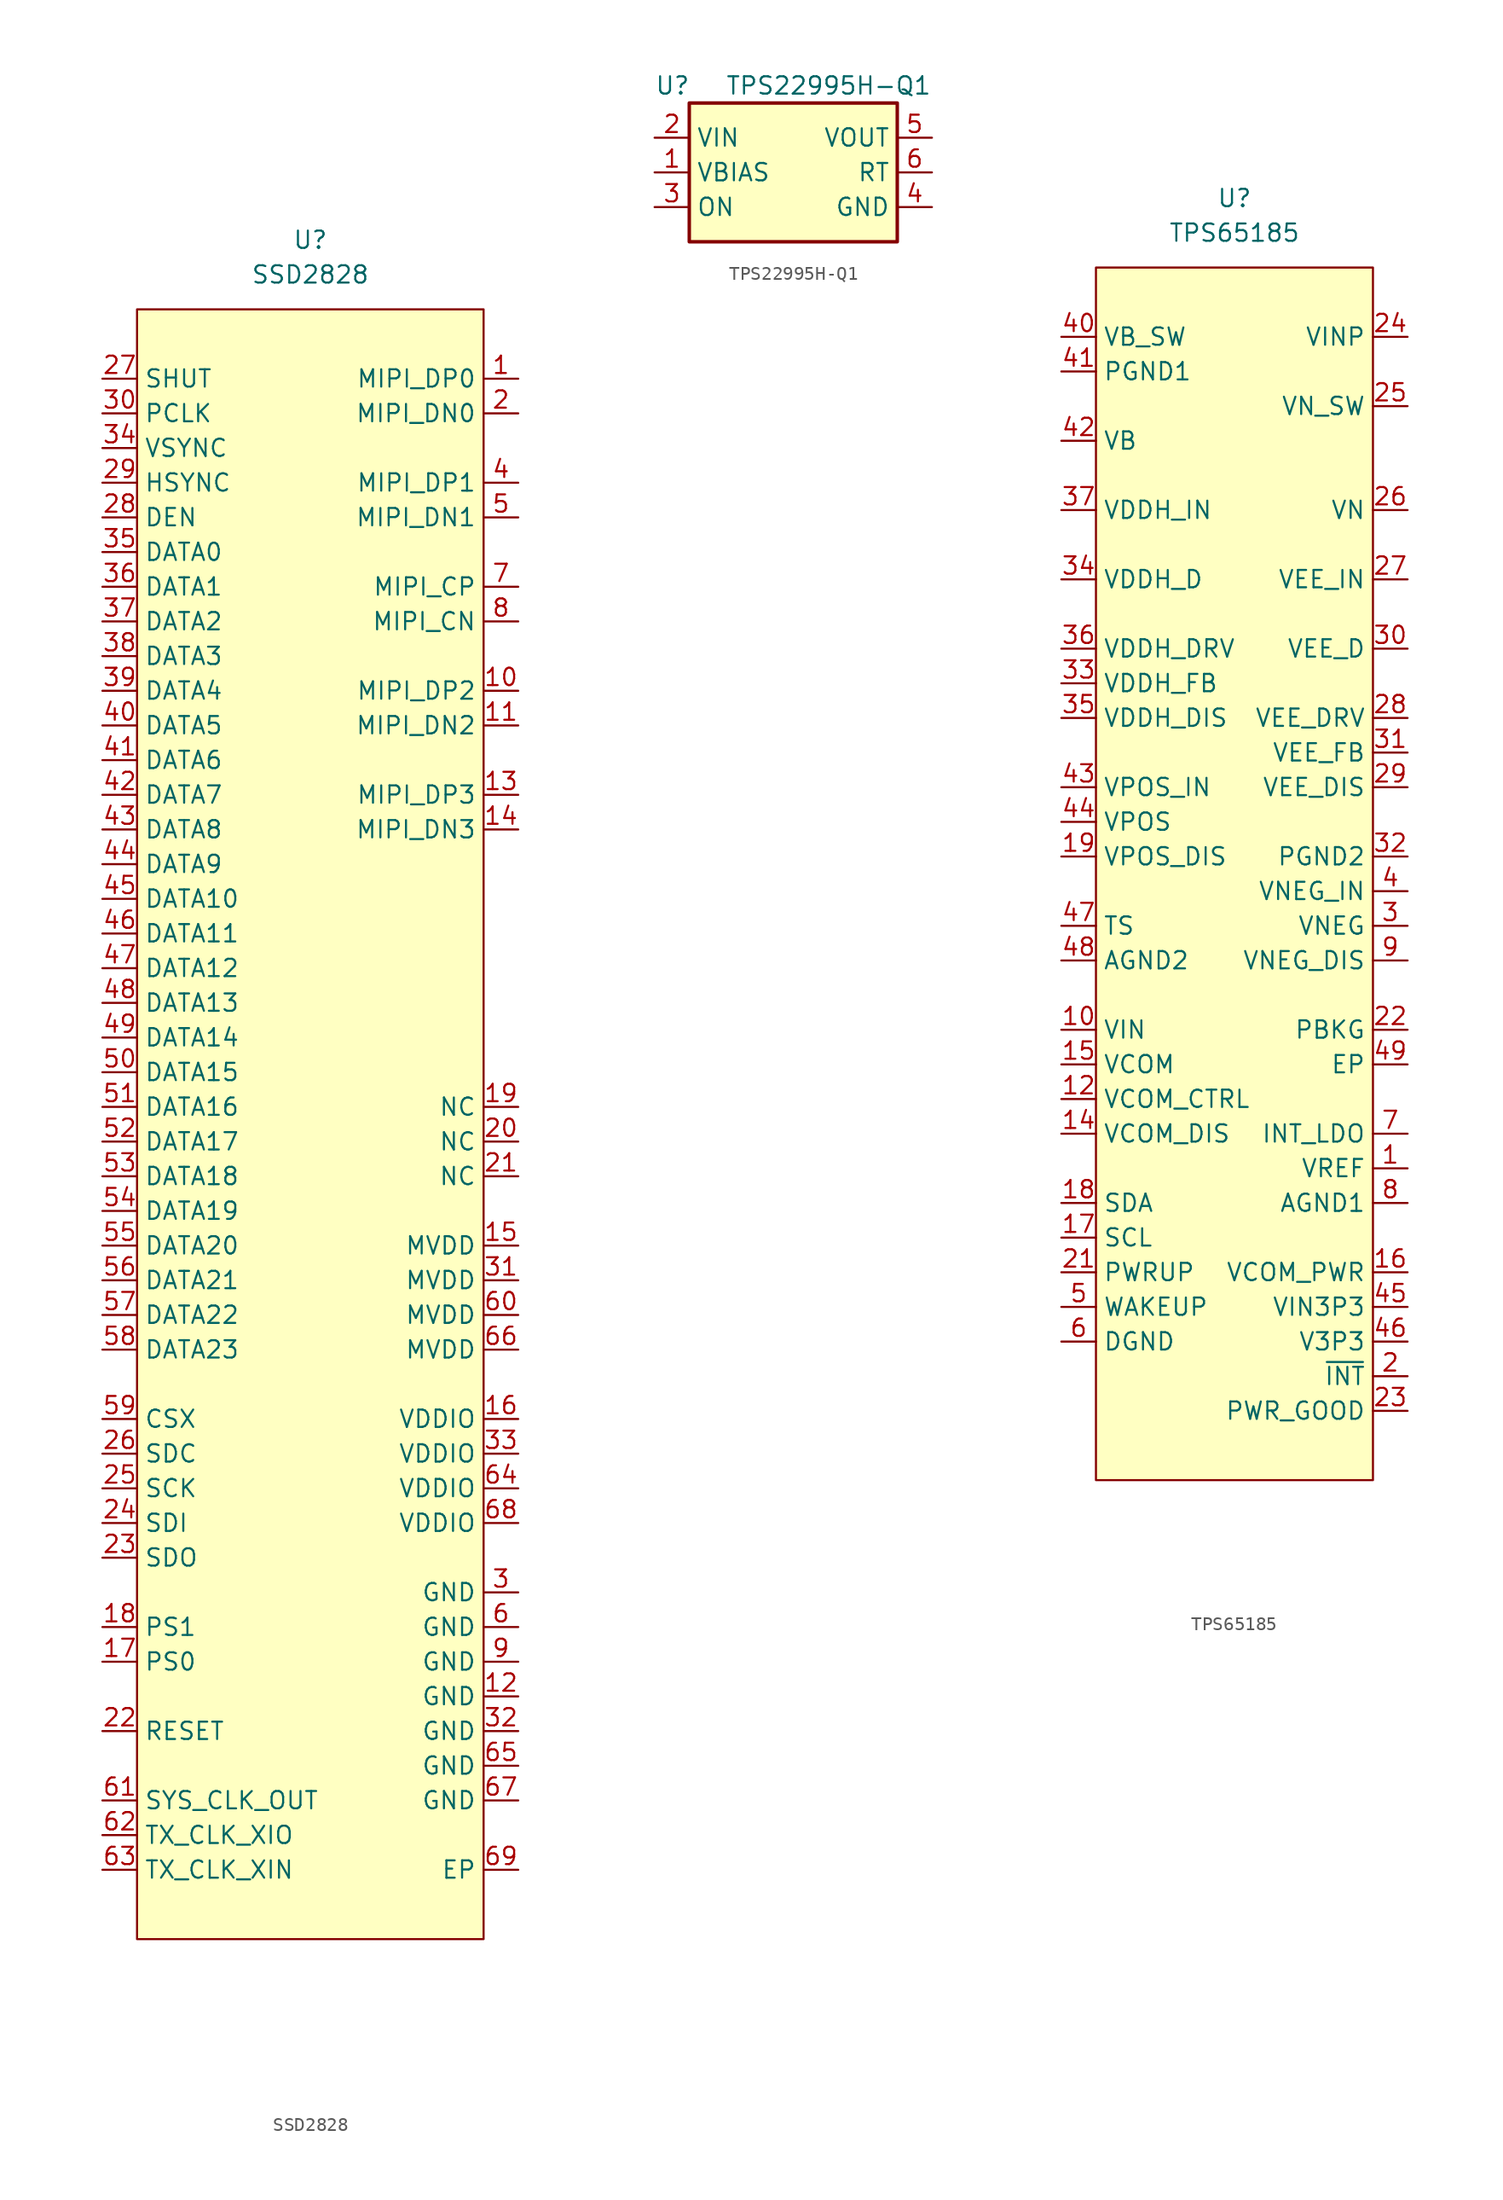
<source format=kicad_sym>
(kicad_symbol_lib
  (version 20220914)
  (generator kicad_symbol_editor)
  (symbol "SSD2828"
    (property "Reference" "U"
      (at 0 0 0)
      (effects (font (size 1.27 1.27))))
    (property "Value" "SSD2828"
      (at 0 -2.54 0)
      (effects (font (size 1.27 1.27))))
    (symbol "SSD2828_0_1"
      (rectangle (start -12.7 -5.08) (end 12.7 -124.46) (stroke (width 0.152) (type default)) (fill (type background))))
    (symbol "SSD2828_1_1"
      (pin input line (at 15.24 -10.16 180) (length 2.54) (name "MIPI_DP0" (effects (font (size 1.27 1.27)))) (number "1" (effects (font (size 1.27 1.27)))))
      (pin input line (at 15.24 -33.02 180) (length 2.54) (name "MIPI_DP2" (effects (font (size 1.27 1.27)))) (number "10" (effects (font (size 1.27 1.27)))))
      (pin input line (at 15.24 -35.56 180) (length 2.54) (name "MIPI_DN2" (effects (font (size 1.27 1.27)))) (number "11" (effects (font (size 1.27 1.27)))))
      (pin input line (at 15.24 -106.68 180) (length 2.54) (name "GND" (effects (font (size 1.27 1.27)))) (number "12" (effects (font (size 1.27 1.27)))))
      (pin input line (at 15.24 -40.64 180) (length 2.54) (name "MIPI_DP3" (effects (font (size 1.27 1.27)))) (number "13" (effects (font (size 1.27 1.27)))))
      (pin input line (at 15.24 -43.18 180) (length 2.54) (name "MIPI_DN3" (effects (font (size 1.27 1.27)))) (number "14" (effects (font (size 1.27 1.27)))))
      (pin input line (at 15.24 -73.66 180) (length 2.54) (name "MVDD" (effects (font (size 1.27 1.27)))) (number "15" (effects (font (size 1.27 1.27)))))
      (pin input line (at 15.24 -86.36 180) (length 2.54) (name "VDDIO" (effects (font (size 1.27 1.27)))) (number "16" (effects (font (size 1.27 1.27)))))
      (pin input line (at -15.24 -104.14 0) (length 2.54) (name "PS0" (effects (font (size 1.27 1.27)))) (number "17" (effects (font (size 1.27 1.27)))))
      (pin input line (at -15.24 -101.6 0) (length 2.54) (name "PS1" (effects (font (size 1.27 1.27)))) (number "18" (effects (font (size 1.27 1.27)))))
      (pin input line (at 15.24 -63.5 180) (length 2.54) (name "NC" (effects (font (size 1.27 1.27)))) (number "19" (effects (font (size 1.27 1.27)))))
      (pin input line (at 15.24 -12.7 180) (length 2.54) (name "MIPI_DN0" (effects (font (size 1.27 1.27)))) (number "2" (effects (font (size 1.27 1.27)))))
      (pin input line (at 15.24 -66.04 180) (length 2.54) (name "NC" (effects (font (size 1.27 1.27)))) (number "20" (effects (font (size 1.27 1.27)))))
      (pin input line (at 15.24 -68.58 180) (length 2.54) (name "NC" (effects (font (size 1.27 1.27)))) (number "21" (effects (font (size 1.27 1.27)))))
      (pin input line (at -15.24 -109.22 0) (length 2.54) (name "RESET" (effects (font (size 1.27 1.27)))) (number "22" (effects (font (size 1.27 1.27)))))
      (pin input line (at -15.24 -96.52 0) (length 2.54) (name "SDO" (effects (font (size 1.27 1.27)))) (number "23" (effects (font (size 1.27 1.27)))))
      (pin input line (at -15.24 -93.98 0) (length 2.54) (name "SDI" (effects (font (size 1.27 1.27)))) (number "24" (effects (font (size 1.27 1.27)))))
      (pin input line (at -15.24 -91.44 0) (length 2.54) (name "SCK" (effects (font (size 1.27 1.27)))) (number "25" (effects (font (size 1.27 1.27)))))
      (pin input line (at -15.24 -88.9 0) (length 2.54) (name "SDC" (effects (font (size 1.27 1.27)))) (number "26" (effects (font (size 1.27 1.27)))))
      (pin input line (at -15.24 -10.16 0) (length 2.54) (name "SHUT" (effects (font (size 1.27 1.27)))) (number "27" (effects (font (size 1.27 1.27)))))
      (pin input line (at -15.24 -20.32 0) (length 2.54) (name "DEN" (effects (font (size 1.27 1.27)))) (number "28" (effects (font (size 1.27 1.27)))))
      (pin input line (at -15.24 -17.78 0) (length 2.54) (name "HSYNC" (effects (font (size 1.27 1.27)))) (number "29" (effects (font (size 1.27 1.27)))))
      (pin input line (at 15.24 -99.06 180) (length 2.54) (name "GND" (effects (font (size 1.27 1.27)))) (number "3" (effects (font (size 1.27 1.27)))))
      (pin input line (at -15.24 -12.7 0) (length 2.54) (name "PCLK" (effects (font (size 1.27 1.27)))) (number "30" (effects (font (size 1.27 1.27)))))
      (pin input line (at 15.24 -76.2 180) (length 2.54) (name "MVDD" (effects (font (size 1.27 1.27)))) (number "31" (effects (font (size 1.27 1.27)))))
      (pin input line (at 15.24 -109.22 180) (length 2.54) (name "GND" (effects (font (size 1.27 1.27)))) (number "32" (effects (font (size 1.27 1.27)))))
      (pin input line (at 15.24 -88.9 180) (length 2.54) (name "VDDIO" (effects (font (size 1.27 1.27)))) (number "33" (effects (font (size 1.27 1.27)))))
      (pin input line (at -15.24 -15.24 0) (length 2.54) (name "VSYNC" (effects (font (size 1.27 1.27)))) (number "34" (effects (font (size 1.27 1.27)))))
      (pin input line (at -15.24 -22.86 0) (length 2.54) (name "DATA0" (effects (font (size 1.27 1.27)))) (number "35" (effects (font (size 1.27 1.27)))))
      (pin input line (at -15.24 -25.4 0) (length 2.54) (name "DATA1" (effects (font (size 1.27 1.27)))) (number "36" (effects (font (size 1.27 1.27)))))
      (pin input line (at -15.24 -27.94 0) (length 2.54) (name "DATA2" (effects (font (size 1.27 1.27)))) (number "37" (effects (font (size 1.27 1.27)))))
      (pin input line (at -15.24 -30.48 0) (length 2.54) (name "DATA3" (effects (font (size 1.27 1.27)))) (number "38" (effects (font (size 1.27 1.27)))))
      (pin input line (at -15.24 -33.02 0) (length 2.54) (name "DATA4" (effects (font (size 1.27 1.27)))) (number "39" (effects (font (size 1.27 1.27)))))
      (pin input line (at 15.24 -17.78 180) (length 2.54) (name "MIPI_DP1" (effects (font (size 1.27 1.27)))) (number "4" (effects (font (size 1.27 1.27)))))
      (pin input line (at -15.24 -35.56 0) (length 2.54) (name "DATA5" (effects (font (size 1.27 1.27)))) (number "40" (effects (font (size 1.27 1.27)))))
      (pin input line (at -15.24 -38.1 0) (length 2.54) (name "DATA6" (effects (font (size 1.27 1.27)))) (number "41" (effects (font (size 1.27 1.27)))))
      (pin input line (at -15.24 -40.64 0) (length 2.54) (name "DATA7" (effects (font (size 1.27 1.27)))) (number "42" (effects (font (size 1.27 1.27)))))
      (pin input line (at -15.24 -43.18 0) (length 2.54) (name "DATA8" (effects (font (size 1.27 1.27)))) (number "43" (effects (font (size 1.27 1.27)))))
      (pin input line (at -15.24 -45.72 0) (length 2.54) (name "DATA9" (effects (font (size 1.27 1.27)))) (number "44" (effects (font (size 1.27 1.27)))))
      (pin input line (at -15.24 -48.26 0) (length 2.54) (name "DATA10" (effects (font (size 1.27 1.27)))) (number "45" (effects (font (size 1.27 1.27)))))
      (pin input line (at -15.24 -50.8 0) (length 2.54) (name "DATA11" (effects (font (size 1.27 1.27)))) (number "46" (effects (font (size 1.27 1.27)))))
      (pin input line (at -15.24 -53.34 0) (length 2.54) (name "DATA12" (effects (font (size 1.27 1.27)))) (number "47" (effects (font (size 1.27 1.27)))))
      (pin input line (at -15.24 -55.88 0) (length 2.54) (name "DATA13" (effects (font (size 1.27 1.27)))) (number "48" (effects (font (size 1.27 1.27)))))
      (pin input line (at -15.24 -58.42 0) (length 2.54) (name "DATA14" (effects (font (size 1.27 1.27)))) (number "49" (effects (font (size 1.27 1.27)))))
      (pin input line (at 15.24 -20.32 180) (length 2.54) (name "MIPI_DN1" (effects (font (size 1.27 1.27)))) (number "5" (effects (font (size 1.27 1.27)))))
      (pin input line (at -15.24 -60.96 0) (length 2.54) (name "DATA15" (effects (font (size 1.27 1.27)))) (number "50" (effects (font (size 1.27 1.27)))))
      (pin input line (at -15.24 -63.5 0) (length 2.54) (name "DATA16" (effects (font (size 1.27 1.27)))) (number "51" (effects (font (size 1.27 1.27)))))
      (pin input line (at -15.24 -66.04 0) (length 2.54) (name "DATA17" (effects (font (size 1.27 1.27)))) (number "52" (effects (font (size 1.27 1.27)))))
      (pin input line (at -15.24 -68.58 0) (length 2.54) (name "DATA18" (effects (font (size 1.27 1.27)))) (number "53" (effects (font (size 1.27 1.27)))))
      (pin input line (at -15.24 -71.12 0) (length 2.54) (name "DATA19" (effects (font (size 1.27 1.27)))) (number "54" (effects (font (size 1.27 1.27)))))
      (pin input line (at -15.24 -73.66 0) (length 2.54) (name "DATA20" (effects (font (size 1.27 1.27)))) (number "55" (effects (font (size 1.27 1.27)))))
      (pin input line (at -15.24 -76.2 0) (length 2.54) (name "DATA21" (effects (font (size 1.27 1.27)))) (number "56" (effects (font (size 1.27 1.27)))))
      (pin input line (at -15.24 -78.74 0) (length 2.54) (name "DATA22" (effects (font (size 1.27 1.27)))) (number "57" (effects (font (size 1.27 1.27)))))
      (pin input line (at -15.24 -81.28 0) (length 2.54) (name "DATA23" (effects (font (size 1.27 1.27)))) (number "58" (effects (font (size 1.27 1.27)))))
      (pin input line (at -15.24 -86.36 0) (length 2.54) (name "CSX" (effects (font (size 1.27 1.27)))) (number "59" (effects (font (size 1.27 1.27)))))
      (pin input line (at 15.24 -101.6 180) (length 2.54) (name "GND" (effects (font (size 1.27 1.27)))) (number "6" (effects (font (size 1.27 1.27)))))
      (pin input line (at 15.24 -78.74 180) (length 2.54) (name "MVDD" (effects (font (size 1.27 1.27)))) (number "60" (effects (font (size 1.27 1.27)))))
      (pin input line (at -15.24 -114.3 0) (length 2.54) (name "SYS_CLK_OUT" (effects (font (size 1.27 1.27)))) (number "61" (effects (font (size 1.27 1.27)))))
      (pin input line (at -15.24 -116.84 0) (length 2.54) (name "TX_CLK_XIO" (effects (font (size 1.27 1.27)))) (number "62" (effects (font (size 1.27 1.27)))))
      (pin input line (at -15.24 -119.38 0) (length 2.54) (name "TX_CLK_XIN" (effects (font (size 1.27 1.27)))) (number "63" (effects (font (size 1.27 1.27)))))
      (pin input line (at 15.24 -91.44 180) (length 2.54) (name "VDDIO" (effects (font (size 1.27 1.27)))) (number "64" (effects (font (size 1.27 1.27)))))
      (pin input line (at 15.24 -111.76 180) (length 2.54) (name "GND" (effects (font (size 1.27 1.27)))) (number "65" (effects (font (size 1.27 1.27)))))
      (pin input line (at 15.24 -81.28 180) (length 2.54) (name "MVDD" (effects (font (size 1.27 1.27)))) (number "66" (effects (font (size 1.27 1.27)))))
      (pin input line (at 15.24 -114.3 180) (length 2.54) (name "GND" (effects (font (size 1.27 1.27)))) (number "67" (effects (font (size 1.27 1.27)))))
      (pin input line (at 15.24 -93.98 180) (length 2.54) (name "VDDIO" (effects (font (size 1.27 1.27)))) (number "68" (effects (font (size 1.27 1.27)))))
      (pin input line (at 15.24 -119.38 180) (length 2.54) (name "EP" (effects (font (size 1.27 1.27)))) (number "69" (effects (font (size 1.27 1.27)))))
      (pin input line (at 15.24 -25.4 180) (length 2.54) (name "MIPI_CP" (effects (font (size 1.27 1.27)))) (number "7" (effects (font (size 1.27 1.27)))))
      (pin input line (at 15.24 -27.94 180) (length 2.54) (name "MIPI_CN" (effects (font (size 1.27 1.27)))) (number "8" (effects (font (size 1.27 1.27)))))
      (pin input line (at 15.24 -104.14 180) (length 2.54) (name "GND" (effects (font (size 1.27 1.27)))) (number "9" (effects (font (size 1.27 1.27)))))))
  (symbol "TPS22995H-Q1"
    (property "Reference" "U"
      (at -10.16 8.89 0)
      (effects (font (size 1.27 1.27)) (justify left)))
    (property "Value" "TPS22995H-Q1"
      (at 10.16 8.89 0)
      (effects (font (size 1.27 1.27)) (justify right)))
    (symbol "TPS22995H-Q1_0_1"
      (rectangle (start -7.62 7.62) (end 7.62 -2.54) (stroke (width 0.254) (type default)) (fill (type background))))
    (symbol "TPS22995H-Q1_1_1"
      (pin power_in line (at -10.16 2.54 0) (length 2.54) (name "VBIAS" (effects (font (size 1.27 1.27)))) (number "1" (effects (font (size 1.27 1.27)))))
      (pin passive line (at -10.16 5.08 0) (length 2.54) (name "VIN" (effects (font (size 1.27 1.27)))) (number "2" (effects (font (size 1.27 1.27)))))
      (pin input line (at -10.16 0 0) (length 2.54) (name "ON" (effects (font (size 1.27 1.27)))) (number "3" (effects (font (size 1.27 1.27)))))
      (pin power_in line (at 10.16 0 180) (length 2.54) (name "GND" (effects (font (size 1.27 1.27)))) (number "4" (effects (font (size 1.27 1.27)))))
      (pin passive line (at 10.16 5.08 180) (length 2.54) (name "VOUT" (effects (font (size 1.27 1.27)))) (number "5" (effects (font (size 1.27 1.27)))))
      (pin input line (at 10.16 2.54 180) (length 2.54) (name "RT" (effects (font (size 1.27 1.27)))) (number "6" (effects (font (size 1.27 1.27)))))))
  (symbol "TPS65185"
    (property "Reference" "U"
      (at 0 0 0)
      (effects (font (size 1.27 1.27))))
    (property "Value" "TPS65185"
      (at 0 -2.54 0)
      (effects (font (size 1.27 1.27))))
    (symbol "TPS65185_0_1"
      (rectangle (start -10.16 -5.08) (end 10.16 -93.98) (stroke (width 0.152) (type default)) (fill (type background))))
    (symbol "TPS65185_1_1"
      (pin input line (at 12.7 -71.12 180) (length 2.54) (name "VREF" (effects (font (size 1.27 1.27)))) (number "1" (effects (font (size 1.27 1.27)))))
      (pin input line (at -12.7 -60.96 0) (length 2.54) (name "VIN" (effects (font (size 1.27 1.27)))) (number "10" (effects (font (size 1.27 1.27)))))
      (pin input line (at -12.7 -88.9 0) (length 2.54) hide (name "NC" (effects (font (size 1.27 1.27)))) (number "11" (effects (font (size 1.27 1.27)))))
      (pin input line (at -12.7 -66.04 0) (length 2.54) (name "VCOM_CTRL" (effects (font (size 1.27 1.27)))) (number "12" (effects (font (size 1.27 1.27)))))
      (pin input line (at -12.7 -88.9 0) (length 2.54) hide (name "NC" (effects (font (size 1.27 1.27)))) (number "13" (effects (font (size 1.27 1.27)))))
      (pin input line (at -12.7 -68.58 0) (length 2.54) (name "VCOM_DIS" (effects (font (size 1.27 1.27)))) (number "14" (effects (font (size 1.27 1.27)))))
      (pin input line (at -12.7 -63.5 0) (length 2.54) (name "VCOM" (effects (font (size 1.27 1.27)))) (number "15" (effects (font (size 1.27 1.27)))))
      (pin input line (at 12.7 -78.74 180) (length 2.54) (name "VCOM_PWR" (effects (font (size 1.27 1.27)))) (number "16" (effects (font (size 1.27 1.27)))))
      (pin input line (at -12.7 -76.2 0) (length 2.54) (name "SCL" (effects (font (size 1.27 1.27)))) (number "17" (effects (font (size 1.27 1.27)))))
      (pin input line (at -12.7 -73.66 0) (length 2.54) (name "SDA" (effects (font (size 1.27 1.27)))) (number "18" (effects (font (size 1.27 1.27)))))
      (pin input line (at -12.7 -48.26 0) (length 2.54) (name "VPOS_DIS" (effects (font (size 1.27 1.27)))) (number "19" (effects (font (size 1.27 1.27)))))
      (pin input line (at 12.7 -86.36 180) (length 2.54) (name "~{INT}" (effects (font (size 1.27 1.27)))) (number "2" (effects (font (size 1.27 1.27)))))
      (pin input line (at -12.7 -88.9 0) (length 2.54) hide (name "NC" (effects (font (size 1.27 1.27)))) (number "20" (effects (font (size 1.27 1.27)))))
      (pin input line (at -12.7 -78.74 0) (length 2.54) (name "PWRUP" (effects (font (size 1.27 1.27)))) (number "21" (effects (font (size 1.27 1.27)))))
      (pin input line (at 12.7 -60.96 180) (length 2.54) (name "PBKG" (effects (font (size 1.27 1.27)))) (number "22" (effects (font (size 1.27 1.27)))))
      (pin input line (at 12.7 -88.9 180) (length 2.54) (name "PWR_GOOD" (effects (font (size 1.27 1.27)))) (number "23" (effects (font (size 1.27 1.27)))))
      (pin input line (at 12.7 -10.16 180) (length 2.54) (name "VINP" (effects (font (size 1.27 1.27)))) (number "24" (effects (font (size 1.27 1.27)))))
      (pin input line (at 12.7 -15.24 180) (length 2.54) (name "VN_SW" (effects (font (size 1.27 1.27)))) (number "25" (effects (font (size 1.27 1.27)))))
      (pin input line (at 12.7 -22.86 180) (length 2.54) (name "VN" (effects (font (size 1.27 1.27)))) (number "26" (effects (font (size 1.27 1.27)))))
      (pin input line (at 12.7 -27.94 180) (length 2.54) (name "VEE_IN" (effects (font (size 1.27 1.27)))) (number "27" (effects (font (size 1.27 1.27)))))
      (pin input line (at 12.7 -38.1 180) (length 2.54) (name "VEE_DRV" (effects (font (size 1.27 1.27)))) (number "28" (effects (font (size 1.27 1.27)))))
      (pin input line (at 12.7 -43.18 180) (length 2.54) (name "VEE_DIS" (effects (font (size 1.27 1.27)))) (number "29" (effects (font (size 1.27 1.27)))))
      (pin input line (at 12.7 -53.34 180) (length 2.54) (name "VNEG" (effects (font (size 1.27 1.27)))) (number "3" (effects (font (size 1.27 1.27)))))
      (pin input line (at 12.7 -33.02 180) (length 2.54) (name "VEE_D" (effects (font (size 1.27 1.27)))) (number "30" (effects (font (size 1.27 1.27)))))
      (pin input line (at 12.7 -40.64 180) (length 2.54) (name "VEE_FB" (effects (font (size 1.27 1.27)))) (number "31" (effects (font (size 1.27 1.27)))))
      (pin input line (at 12.7 -48.26 180) (length 2.54) (name "PGND2" (effects (font (size 1.27 1.27)))) (number "32" (effects (font (size 1.27 1.27)))))
      (pin input line (at -12.7 -35.56 0) (length 2.54) (name "VDDH_FB" (effects (font (size 1.27 1.27)))) (number "33" (effects (font (size 1.27 1.27)))))
      (pin input line (at -12.7 -27.94 0) (length 2.54) (name "VDDH_D" (effects (font (size 1.27 1.27)))) (number "34" (effects (font (size 1.27 1.27)))))
      (pin input line (at -12.7 -38.1 0) (length 2.54) (name "VDDH_DIS" (effects (font (size 1.27 1.27)))) (number "35" (effects (font (size 1.27 1.27)))))
      (pin input line (at -12.7 -33.02 0) (length 2.54) (name "VDDH_DRV" (effects (font (size 1.27 1.27)))) (number "36" (effects (font (size 1.27 1.27)))))
      (pin input line (at -12.7 -22.86 0) (length 2.54) (name "VDDH_IN" (effects (font (size 1.27 1.27)))) (number "37" (effects (font (size 1.27 1.27)))))
      (pin input line (at -12.7 -88.9 0) (length 2.54) hide (name "NC" (effects (font (size 1.27 1.27)))) (number "38" (effects (font (size 1.27 1.27)))))
      (pin input line (at -12.7 -88.9 0) (length 2.54) hide (name "NC" (effects (font (size 1.27 1.27)))) (number "39" (effects (font (size 1.27 1.27)))))
      (pin input line (at 12.7 -50.8 180) (length 2.54) (name "VNEG_IN" (effects (font (size 1.27 1.27)))) (number "4" (effects (font (size 1.27 1.27)))))
      (pin input line (at -12.7 -10.16 0) (length 2.54) (name "VB_SW" (effects (font (size 1.27 1.27)))) (number "40" (effects (font (size 1.27 1.27)))))
      (pin input line (at -12.7 -12.7 0) (length 2.54) (name "PGND1" (effects (font (size 1.27 1.27)))) (number "41" (effects (font (size 1.27 1.27)))))
      (pin input line (at -12.7 -17.78 0) (length 2.54) (name "VB" (effects (font (size 1.27 1.27)))) (number "42" (effects (font (size 1.27 1.27)))))
      (pin input line (at -12.7 -43.18 0) (length 2.54) (name "VPOS_IN" (effects (font (size 1.27 1.27)))) (number "43" (effects (font (size 1.27 1.27)))))
      (pin input line (at -12.7 -45.72 0) (length 2.54) (name "VPOS" (effects (font (size 1.27 1.27)))) (number "44" (effects (font (size 1.27 1.27)))))
      (pin input line (at 12.7 -81.28 180) (length 2.54) (name "VIN3P3" (effects (font (size 1.27 1.27)))) (number "45" (effects (font (size 1.27 1.27)))))
      (pin input line (at 12.7 -83.82 180) (length 2.54) (name "V3P3" (effects (font (size 1.27 1.27)))) (number "46" (effects (font (size 1.27 1.27)))))
      (pin input line (at -12.7 -53.34 0) (length 2.54) (name "TS" (effects (font (size 1.27 1.27)))) (number "47" (effects (font (size 1.27 1.27)))))
      (pin input line (at -12.7 -55.88 0) (length 2.54) (name "AGND2" (effects (font (size 1.27 1.27)))) (number "48" (effects (font (size 1.27 1.27)))))
      (pin input line (at 12.7 -63.5 180) (length 2.54) (name "EP" (effects (font (size 1.27 1.27)))) (number "49" (effects (font (size 1.27 1.27)))))
      (pin input line (at -12.7 -81.28 0) (length 2.54) (name "WAKEUP" (effects (font (size 1.27 1.27)))) (number "5" (effects (font (size 1.27 1.27)))))
      (pin input line (at -12.7 -83.82 0) (length 2.54) (name "DGND" (effects (font (size 1.27 1.27)))) (number "6" (effects (font (size 1.27 1.27)))))
      (pin input line (at 12.7 -68.58 180) (length 2.54) (name "INT_LDO" (effects (font (size 1.27 1.27)))) (number "7" (effects (font (size 1.27 1.27)))))
      (pin input line (at 12.7 -73.66 180) (length 2.54) (name "AGND1" (effects (font (size 1.27 1.27)))) (number "8" (effects (font (size 1.27 1.27)))))
      (pin input line (at 12.7 -55.88 180) (length 2.54) (name "VNEG_DIS" (effects (font (size 1.27 1.27)))) (number "9" (effects (font (size 1.27 1.27))))))))
</source>
